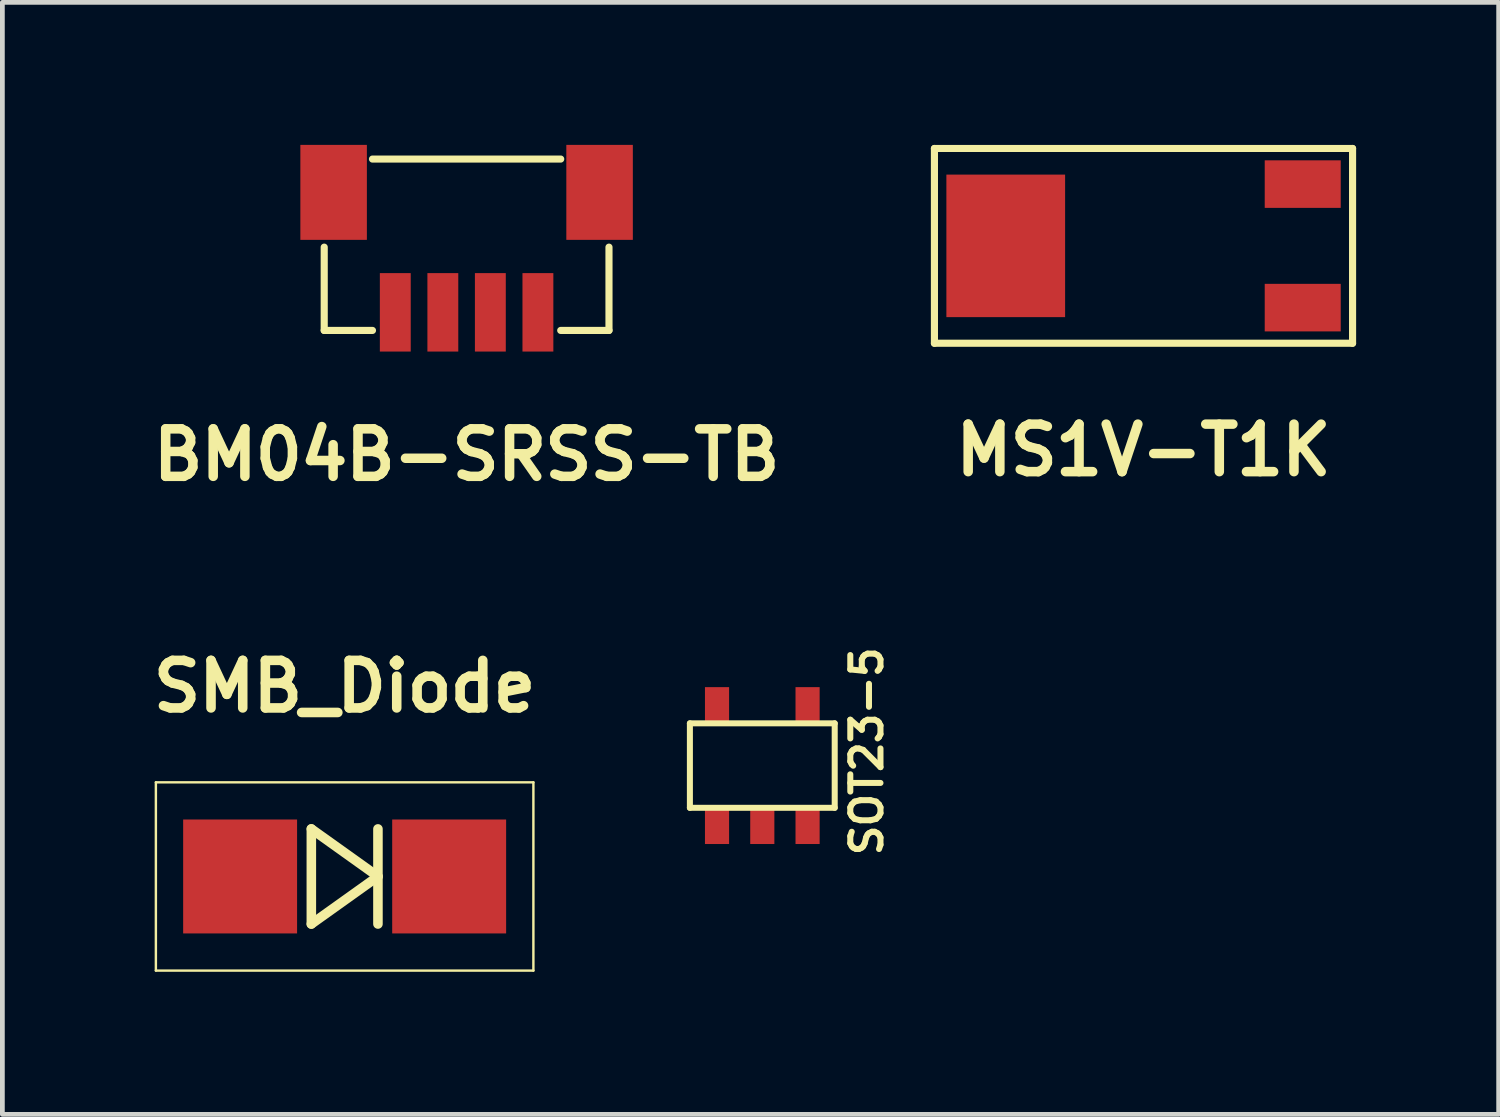
<source format=kicad_pcb>
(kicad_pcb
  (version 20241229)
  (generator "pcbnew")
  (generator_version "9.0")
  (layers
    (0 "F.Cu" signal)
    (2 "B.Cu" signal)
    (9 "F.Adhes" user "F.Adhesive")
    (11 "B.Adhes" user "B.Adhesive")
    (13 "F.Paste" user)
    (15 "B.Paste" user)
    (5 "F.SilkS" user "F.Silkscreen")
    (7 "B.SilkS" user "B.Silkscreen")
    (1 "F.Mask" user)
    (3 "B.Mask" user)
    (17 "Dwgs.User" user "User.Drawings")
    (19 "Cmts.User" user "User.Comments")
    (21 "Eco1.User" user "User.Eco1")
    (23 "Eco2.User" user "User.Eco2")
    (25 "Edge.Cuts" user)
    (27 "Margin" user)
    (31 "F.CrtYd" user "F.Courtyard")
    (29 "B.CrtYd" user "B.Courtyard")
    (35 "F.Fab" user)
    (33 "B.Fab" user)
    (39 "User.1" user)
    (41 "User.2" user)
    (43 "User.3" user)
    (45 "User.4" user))
  (footprint "SOT23-5"
    (layer "F.Cu")
    (at 12.995 13.064)
    (property "Reference" "SOT23-5" (at 2.2 -0.3 90) (layer "F.SilkS") (effects (font (size 0.635 0.635) (thickness 0.127))))
    (attr smd)
    (fp_line (start -1.524 -0.889) (end 1.524 -0.889) (stroke (width 0.127) (type solid)) (layer "F.SilkS"))
    (fp_line (start -1.524 0.889) (end -1.524 -0.889) (stroke (width 0.127) (type solid)) (layer "F.SilkS"))
    (fp_line (start 1.524 -0.889) (end 1.524 0.889) (stroke (width 0.127) (type solid)) (layer "F.SilkS"))
    (fp_line (start 1.524 0.889) (end -1.524 0.889) (stroke (width 0.127) (type solid)) (layer "F.SilkS"))
    (pad "1" smd rect (at -0.953 1.27) (size 0.508 0.762) (layers "F.Cu" "F.Mask" "F.Paste"))
    (pad "2" smd rect (at 0 1.27) (size 0.508 0.762) (layers "F.Cu" "F.Mask" "F.Paste"))
    (pad "3" smd rect (at 0.953 1.27) (size 0.508 0.762) (layers "F.Cu" "F.Mask" "F.Paste"))
    (pad "4" smd rect (at 0.953 -1.27) (size 0.508 0.762) (layers "F.Cu" "F.Mask" "F.Paste"))
    (pad "5" smd rect (at -0.953 -1.27) (size 0.508 0.762) (layers "F.Cu" "F.Mask" "F.Paste")))
  (footprint "MS1V-T1K"
    (layer "F.Cu")
    (at 19.369 2.125)
    (property "Reference" "MS1V-T1K" (at 1.65 4.3 0) (layer "F.SilkS") (effects (font (size 1 1) (thickness 0.2))))
    (attr through_hole)
    (fp_line (start -2.751 -2.05) (end 6.05 -2.05) (stroke (width 0.15) (type solid)) (layer "F.SilkS"))
    (fp_line (start -2.751 2.05) (end -2.751 -2.05) (stroke (width 0.15) (type solid)) (layer "F.SilkS"))
    (fp_line (start 6.05 -2.05) (end 6.05 2.05) (stroke (width 0.15) (type solid)) (layer "F.SilkS"))
    (fp_line (start 6.05 2.05) (end -2.751 2.05) (stroke (width 0.15) (type solid)) (layer "F.SilkS"))
    (pad "" smd rect (at -1.25 0) (size 2.499 3) (layers "F.Cu" "F.Mask" "F.Paste"))
    (pad "1" smd rect (at 5.001 1.3) (size 1.6 1.001) (layers "F.Cu" "F.Mask" "F.Paste"))
    (pad "2" smd rect (at 5.001 -1.3) (size 1.6 1.001) (layers "F.Cu" "F.Mask" "F.Paste")))
  (footprint "BM04B-SRSS-TB"
    (layer "F.Cu")
    (at 6.771 3.524)
    (property "Reference" "BM04B-SRSS-TB" (at 0 3 0) (layer "F.SilkS") (effects (font (size 1 1) (thickness 0.2))))
    (attr through_hole)
    (fp_line (start -2.997 0.381) (end -2.997 -1.372) (stroke (width 0.15) (type solid)) (layer "F.SilkS"))
    (fp_line (start -2.997 0.381) (end -1.981 0.381) (stroke (width 0.15) (type solid)) (layer "F.SilkS"))
    (fp_line (start -1.981 -3.226) (end 1.981 -3.226) (stroke (width 0.15) (type solid)) (layer "F.SilkS"))
    (fp_line (start 2.997 0.381) (end 1.981 0.381) (stroke (width 0.15) (type solid)) (layer "F.SilkS"))
    (fp_line (start 2.997 0.381) (end 2.997 -1.372) (stroke (width 0.15) (type solid)) (layer "F.SilkS"))
    (pad "" smd rect (at -2.799 -2.525) (size 1.4 1.999) (layers "F.Cu" "F.Mask" "F.Paste"))
    (pad "" smd rect (at 2.799 -2.525) (size 1.4 1.999) (layers "F.Cu" "F.Mask" "F.Paste"))
    (pad "1" smd rect (at -1.501 0) (size 0.65 1.651) (layers "F.Cu" "F.Mask" "F.Paste"))
    (pad "2" smd rect (at -0.5 0) (size 0.65 1.651) (layers "F.Cu" "F.Mask" "F.Paste"))
    (pad "3" smd rect (at 0.5 0) (size 0.65 1.651) (layers "F.Cu" "F.Mask" "F.Paste"))
    (pad "4" smd rect (at 1.501 0) (size 0.65 1.651) (layers "F.Cu" "F.Mask" "F.Paste")))
  (footprint "SMB_Diode"
    (layer "F.Cu")
    (at 4.204 15.398)
    (property "Reference" "SMB_Diode" (at 0 -4 0) (layer "F.SilkS") (effects (font (size 1.001 1.001) (thickness 0.201))))
    (attr smd)
    (fp_line (start -3.973 -1.981) (end 3.973 -1.981) (stroke (width 0.051) (type solid)) (layer "F.SilkS"))
    (fp_line (start -3.973 1.981) (end -3.973 -1.981) (stroke (width 0.051) (type solid)) (layer "F.SilkS"))
    (fp_line (start -0.701 -1.001) (end -0.701 1.001) (stroke (width 0.201) (type solid)) (layer "F.SilkS"))
    (fp_line (start -0.701 -1.001) (end 0.701 0) (stroke (width 0.201) (type solid)) (layer "F.SilkS"))
    (fp_line (start 0.701 0) (end -0.701 1.001) (stroke (width 0.201) (type solid)) (layer "F.SilkS"))
    (fp_line (start 0.701 1.001) (end 0.701 -1.001) (stroke (width 0.201) (type solid)) (layer "F.SilkS"))
    (fp_line (start 3.973 -1.981) (end 3.973 1.981) (stroke (width 0.051) (type solid)) (layer "F.SilkS"))
    (fp_line (start 3.973 1.981) (end -3.973 1.981) (stroke (width 0.051) (type solid)) (layer "F.SilkS"))
    (pad "1" smd rect (at -2.2 0) (size 2.398 2.398) (layers "F.Cu" "F.Mask" "F.Paste"))
    (pad "2" smd rect (at 2.2 0) (size 2.398 2.398) (layers "F.Cu" "F.Mask" "F.Paste")))
  (gr_rect
    (start -3 -3)
    (end 28.494 20.405)
    (stroke (width 0.1) (type default))
    (fill no)
    (layer "Edge.Cuts")))
</source>
